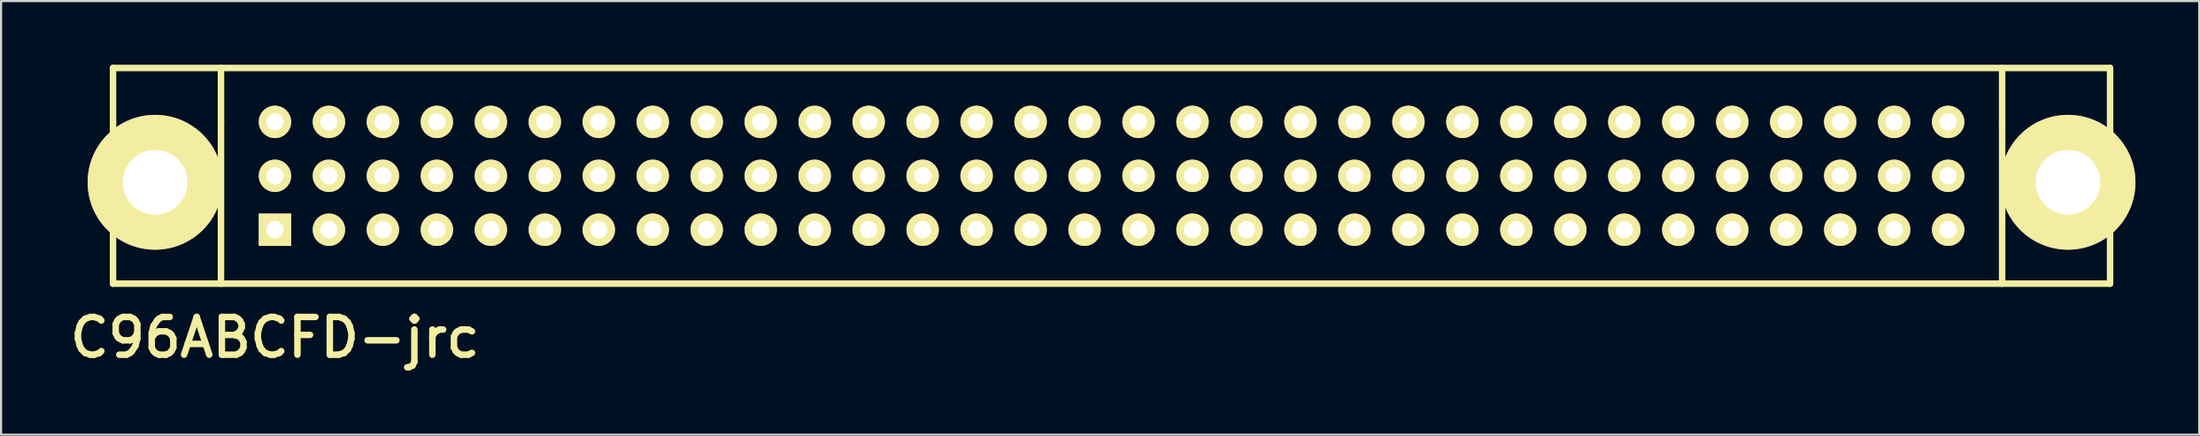
<source format=kicad_pcb>
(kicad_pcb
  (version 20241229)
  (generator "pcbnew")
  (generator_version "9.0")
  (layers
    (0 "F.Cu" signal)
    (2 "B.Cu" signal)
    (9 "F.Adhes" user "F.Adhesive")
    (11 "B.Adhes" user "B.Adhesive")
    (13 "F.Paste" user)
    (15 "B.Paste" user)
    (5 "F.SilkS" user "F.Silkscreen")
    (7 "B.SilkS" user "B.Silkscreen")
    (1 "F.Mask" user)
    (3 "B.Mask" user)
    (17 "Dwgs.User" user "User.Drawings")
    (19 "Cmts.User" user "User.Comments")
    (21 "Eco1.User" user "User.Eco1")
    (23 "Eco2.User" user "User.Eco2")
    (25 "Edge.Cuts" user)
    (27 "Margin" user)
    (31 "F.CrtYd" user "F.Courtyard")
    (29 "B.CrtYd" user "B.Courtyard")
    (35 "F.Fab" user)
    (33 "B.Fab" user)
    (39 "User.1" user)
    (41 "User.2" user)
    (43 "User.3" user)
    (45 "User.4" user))
  (footprint "C96ABCFD-jrc"
    (layer "F.Cu")
    (at 49.259 5.232)
    (property "Reference" "C96ABCFD-jrc" (at -39.37 7.62 0) (layer "F.SilkS") (effects (font (size 1.778 1.778) (thickness 0.305))))
    (attr through_hole)
    (fp_line (start -46.99 -5.08) (end 46.99 -5.08) (stroke (width 0.305) (type solid)) (layer "F.SilkS"))
    (fp_line (start -46.99 -2.54) (end -46.99 -5.08) (stroke (width 0.305) (type solid)) (layer "F.SilkS"))
    (fp_line (start -46.99 -2.54) (end -46.99 5.08) (stroke (width 0.305) (type solid)) (layer "F.SilkS"))
    (fp_line (start -46.99 5.08) (end 46.99 5.08) (stroke (width 0.305) (type solid)) (layer "F.SilkS"))
    (fp_line (start -41.91 -2.54) (end -41.91 -5.08) (stroke (width 0.305) (type solid)) (layer "F.SilkS"))
    (fp_line (start -41.91 -2.54) (end -41.91 5.08) (stroke (width 0.305) (type solid)) (layer "F.SilkS"))
    (fp_line (start 41.91 -5.08) (end 41.91 -2.54) (stroke (width 0.305) (type solid)) (layer "F.SilkS"))
    (fp_line (start 41.91 -2.54) (end 41.91 5.08) (stroke (width 0.305) (type solid)) (layer "F.SilkS"))
    (fp_line (start 46.99 -5.08) (end 46.99 -2.54) (stroke (width 0.305) (type solid)) (layer "F.SilkS"))
    (fp_line (start 46.99 5.08) (end 46.99 -2.54) (stroke (width 0.305) (type solid)) (layer "F.SilkS"))
    (pad "A1" thru_hole rect (at -39.37 2.54) (size 1.524 1.524) (drill 0.813) (layers "*.Cu" "*.Mask" "F.SilkS"))
    (pad "A2" thru_hole circle (at -36.83 2.54) (size 1.524 1.524) (drill 0.813) (layers "*.Cu" "*.Mask" "F.SilkS"))
    (pad "A3" thru_hole circle (at -34.29 2.54) (size 1.524 1.524) (drill 0.813) (layers "*.Cu" "*.Mask" "F.SilkS"))
    (pad "A4" thru_hole circle (at -31.75 2.54) (size 1.524 1.524) (drill 0.813) (layers "*.Cu" "*.Mask" "F.SilkS"))
    (pad "A5" thru_hole circle (at -29.21 2.54) (size 1.524 1.524) (drill 0.813) (layers "*.Cu" "*.Mask" "F.SilkS"))
    (pad "A6" thru_hole circle (at -26.67 2.54) (size 1.524 1.524) (drill 0.813) (layers "*.Cu" "*.Mask" "F.SilkS"))
    (pad "A7" thru_hole circle (at -24.13 2.54) (size 1.524 1.524) (drill 0.813) (layers "*.Cu" "*.Mask" "F.SilkS"))
    (pad "A8" thru_hole circle (at -21.59 2.54) (size 1.524 1.524) (drill 0.813) (layers "*.Cu" "*.Mask" "F.SilkS"))
    (pad "A9" thru_hole circle (at -19.05 2.54) (size 1.524 1.524) (drill 0.813) (layers "*.Cu" "*.Mask" "F.SilkS"))
    (pad "A10" thru_hole circle (at -16.51 2.54) (size 1.524 1.524) (drill 0.813) (layers "*.Cu" "*.Mask" "F.SilkS"))
    (pad "A11" thru_hole circle (at -13.97 2.54) (size 1.524 1.524) (drill 0.813) (layers "*.Cu" "*.Mask" "F.SilkS"))
    (pad "A12" thru_hole circle (at -11.43 2.54) (size 1.524 1.524) (drill 0.813) (layers "*.Cu" "*.Mask" "F.SilkS"))
    (pad "A13" thru_hole circle (at -8.89 2.54) (size 1.524 1.524) (drill 0.813) (layers "*.Cu" "*.Mask" "F.SilkS"))
    (pad "A14" thru_hole circle (at -6.35 2.54) (size 1.524 1.524) (drill 0.813) (layers "*.Cu" "*.Mask" "F.SilkS"))
    (pad "A15" thru_hole circle (at -3.81 2.54) (size 1.524 1.524) (drill 0.813) (layers "*.Cu" "*.Mask" "F.SilkS"))
    (pad "A16" thru_hole circle (at -1.27 2.54) (size 1.524 1.524) (drill 0.813) (layers "*.Cu" "*.Mask" "F.SilkS"))
    (pad "A17" thru_hole circle (at 1.27 2.54) (size 1.524 1.524) (drill 0.813) (layers "*.Cu" "*.Mask" "F.SilkS"))
    (pad "A18" thru_hole circle (at 3.81 2.54) (size 1.524 1.524) (drill 0.813) (layers "*.Cu" "*.Mask" "F.SilkS"))
    (pad "A19" thru_hole circle (at 6.35 2.54) (size 1.524 1.524) (drill 0.813) (layers "*.Cu" "*.Mask" "F.SilkS"))
    (pad "A20" thru_hole circle (at 8.89 2.54) (size 1.524 1.524) (drill 0.813) (layers "*.Cu" "*.Mask" "F.SilkS"))
    (pad "A21" thru_hole circle (at 11.43 2.54) (size 1.524 1.524) (drill 0.813) (layers "*.Cu" "*.Mask" "F.SilkS"))
    (pad "A22" thru_hole circle (at 13.97 2.54) (size 1.524 1.524) (drill 0.813) (layers "*.Cu" "*.Mask" "F.SilkS"))
    (pad "A23" thru_hole circle (at 16.51 2.54) (size 1.524 1.524) (drill 0.813) (layers "*.Cu" "*.Mask" "F.SilkS"))
    (pad "A24" thru_hole circle (at 19.05 2.54) (size 1.524 1.524) (drill 0.813) (layers "*.Cu" "*.Mask" "F.SilkS"))
    (pad "A25" thru_hole circle (at 21.59 2.54) (size 1.524 1.524) (drill 0.813) (layers "*.Cu" "*.Mask" "F.SilkS"))
    (pad "A26" thru_hole circle (at 24.13 2.54) (size 1.524 1.524) (drill 0.813) (layers "*.Cu" "*.Mask" "F.SilkS"))
    (pad "A27" thru_hole circle (at 26.67 2.54) (size 1.524 1.524) (drill 0.813) (layers "*.Cu" "*.Mask" "F.SilkS"))
    (pad "A28" thru_hole circle (at 29.21 2.54) (size 1.524 1.524) (drill 0.813) (layers "*.Cu" "*.Mask" "F.SilkS"))
    (pad "A29" thru_hole circle (at 31.75 2.54) (size 1.524 1.524) (drill 0.813) (layers "*.Cu" "*.Mask" "F.SilkS"))
    (pad "A30" thru_hole circle (at 34.29 2.54) (size 1.524 1.524) (drill 0.813) (layers "*.Cu" "*.Mask" "F.SilkS"))
    (pad "A31" thru_hole circle (at 36.83 2.54) (size 1.524 1.524) (drill 0.813) (layers "*.Cu" "*.Mask" "F.SilkS"))
    (pad "A32" thru_hole circle (at 39.37 2.54) (size 1.524 1.524) (drill 0.813) (layers "*.Cu" "*.Mask" "F.SilkS"))
    (pad "B1" thru_hole circle (at -39.37 0) (size 1.524 1.524) (drill 0.813) (layers "*.Cu" "*.Mask" "F.SilkS"))
    (pad "B2" thru_hole circle (at -36.83 0) (size 1.524 1.524) (drill 0.813) (layers "*.Cu" "*.Mask" "F.SilkS"))
    (pad "B3" thru_hole circle (at -34.29 0) (size 1.524 1.524) (drill 0.813) (layers "*.Cu" "*.Mask" "F.SilkS"))
    (pad "B4" thru_hole circle (at -31.75 0) (size 1.524 1.524) (drill 0.813) (layers "*.Cu" "*.Mask" "F.SilkS"))
    (pad "B5" thru_hole circle (at -29.21 0) (size 1.524 1.524) (drill 0.813) (layers "*.Cu" "*.Mask" "F.SilkS"))
    (pad "B6" thru_hole circle (at -26.67 0) (size 1.524 1.524) (drill 0.813) (layers "*.Cu" "*.Mask" "F.SilkS"))
    (pad "B7" thru_hole circle (at -24.13 0) (size 1.524 1.524) (drill 0.813) (layers "*.Cu" "*.Mask" "F.SilkS"))
    (pad "B8" thru_hole circle (at -21.59 0) (size 1.524 1.524) (drill 0.813) (layers "*.Cu" "*.Mask" "F.SilkS"))
    (pad "B9" thru_hole circle (at -19.05 0) (size 1.524 1.524) (drill 0.813) (layers "*.Cu" "*.Mask" "F.SilkS"))
    (pad "B10" thru_hole circle (at -16.51 0) (size 1.524 1.524) (drill 0.813) (layers "*.Cu" "*.Mask" "F.SilkS"))
    (pad "B11" thru_hole circle (at -13.97 0) (size 1.524 1.524) (drill 0.813) (layers "*.Cu" "*.Mask" "F.SilkS"))
    (pad "B12" thru_hole circle (at -11.43 0) (size 1.524 1.524) (drill 0.813) (layers "*.Cu" "*.Mask" "F.SilkS"))
    (pad "B13" thru_hole circle (at -8.89 0) (size 1.524 1.524) (drill 0.813) (layers "*.Cu" "*.Mask" "F.SilkS"))
    (pad "B14" thru_hole circle (at -6.35 0) (size 1.524 1.524) (drill 0.813) (layers "*.Cu" "*.Mask" "F.SilkS"))
    (pad "B15" thru_hole circle (at -3.81 0) (size 1.524 1.524) (drill 0.813) (layers "*.Cu" "*.Mask" "F.SilkS"))
    (pad "B16" thru_hole circle (at -1.27 0) (size 1.524 1.524) (drill 0.813) (layers "*.Cu" "*.Mask" "F.SilkS"))
    (pad "B17" thru_hole circle (at 1.27 0) (size 1.524 1.524) (drill 0.813) (layers "*.Cu" "*.Mask" "F.SilkS"))
    (pad "B18" thru_hole circle (at 3.81 0) (size 1.524 1.524) (drill 0.813) (layers "*.Cu" "*.Mask" "F.SilkS"))
    (pad "B19" thru_hole circle (at 6.35 0) (size 1.524 1.524) (drill 0.813) (layers "*.Cu" "*.Mask" "F.SilkS"))
    (pad "B20" thru_hole circle (at 8.89 0) (size 1.524 1.524) (drill 0.813) (layers "*.Cu" "*.Mask" "F.SilkS"))
    (pad "B21" thru_hole circle (at 11.43 0) (size 1.524 1.524) (drill 0.813) (layers "*.Cu" "*.Mask" "F.SilkS"))
    (pad "B22" thru_hole circle (at 13.97 0) (size 1.524 1.524) (drill 0.813) (layers "*.Cu" "*.Mask" "F.SilkS"))
    (pad "B23" thru_hole circle (at 16.51 0) (size 1.524 1.524) (drill 0.813) (layers "*.Cu" "*.Mask" "F.SilkS"))
    (pad "B24" thru_hole circle (at 19.05 0) (size 1.524 1.524) (drill 0.813) (layers "*.Cu" "*.Mask" "F.SilkS"))
    (pad "B25" thru_hole circle (at 21.59 0) (size 1.524 1.524) (drill 0.813) (layers "*.Cu" "*.Mask" "F.SilkS"))
    (pad "B26" thru_hole circle (at 24.13 0) (size 1.524 1.524) (drill 0.813) (layers "*.Cu" "*.Mask" "F.SilkS"))
    (pad "B27" thru_hole circle (at 26.67 0) (size 1.524 1.524) (drill 0.813) (layers "*.Cu" "*.Mask" "F.SilkS"))
    (pad "B28" thru_hole circle (at 29.21 0) (size 1.524 1.524) (drill 0.813) (layers "*.Cu" "*.Mask" "F.SilkS"))
    (pad "B29" thru_hole circle (at 31.75 0) (size 1.524 1.524) (drill 0.813) (layers "*.Cu" "*.Mask" "F.SilkS"))
    (pad "B30" thru_hole circle (at 34.29 0) (size 1.524 1.524) (drill 0.813) (layers "*.Cu" "*.Mask" "F.SilkS"))
    (pad "B31" thru_hole circle (at 36.83 0) (size 1.524 1.524) (drill 0.813) (layers "*.Cu" "*.Mask" "F.SilkS"))
    (pad "B32" thru_hole circle (at 39.37 0) (size 1.524 1.524) (drill 0.813) (layers "*.Cu" "*.Mask" "F.SilkS"))
    (pad "C1" thru_hole circle (at -39.37 -2.54) (size 1.524 1.524) (drill 0.813) (layers "*.Cu" "*.Mask" "F.SilkS"))
    (pad "C2" thru_hole circle (at -36.83 -2.54) (size 1.524 1.524) (drill 0.813) (layers "*.Cu" "*.Mask" "F.SilkS"))
    (pad "C3" thru_hole circle (at -34.29 -2.54) (size 1.524 1.524) (drill 0.813) (layers "*.Cu" "*.Mask" "F.SilkS"))
    (pad "C4" thru_hole circle (at -31.75 -2.54) (size 1.524 1.524) (drill 0.813) (layers "*.Cu" "*.Mask" "F.SilkS"))
    (pad "C5" thru_hole circle (at -29.21 -2.54) (size 1.524 1.524) (drill 0.813) (layers "*.Cu" "*.Mask" "F.SilkS"))
    (pad "C6" thru_hole circle (at -26.67 -2.54) (size 1.524 1.524) (drill 0.813) (layers "*.Cu" "*.Mask" "F.SilkS"))
    (pad "C7" thru_hole circle (at -24.13 -2.54) (size 1.524 1.524) (drill 0.813) (layers "*.Cu" "*.Mask" "F.SilkS"))
    (pad "C8" thru_hole circle (at -21.59 -2.54) (size 1.524 1.524) (drill 0.813) (layers "*.Cu" "*.Mask" "F.SilkS"))
    (pad "C9" thru_hole circle (at -19.05 -2.54) (size 1.524 1.524) (drill 0.813) (layers "*.Cu" "*.Mask" "F.SilkS"))
    (pad "C10" thru_hole circle (at -16.51 -2.54) (size 1.524 1.524) (drill 0.813) (layers "*.Cu" "*.Mask" "F.SilkS"))
    (pad "C11" thru_hole circle (at -13.97 -2.54) (size 1.524 1.524) (drill 0.813) (layers "*.Cu" "*.Mask" "F.SilkS"))
    (pad "C12" thru_hole circle (at -11.43 -2.54) (size 1.524 1.524) (drill 0.813) (layers "*.Cu" "*.Mask" "F.SilkS"))
    (pad "C13" thru_hole circle (at -8.89 -2.54) (size 1.524 1.524) (drill 0.813) (layers "*.Cu" "*.Mask" "F.SilkS"))
    (pad "C14" thru_hole circle (at -6.35 -2.54) (size 1.524 1.524) (drill 0.813) (layers "*.Cu" "*.Mask" "F.SilkS"))
    (pad "C15" thru_hole circle (at -3.81 -2.54) (size 1.524 1.524) (drill 0.813) (layers "*.Cu" "*.Mask" "F.SilkS"))
    (pad "C16" thru_hole circle (at -1.27 -2.54) (size 1.524 1.524) (drill 0.813) (layers "*.Cu" "*.Mask" "F.SilkS"))
    (pad "C17" thru_hole circle (at 1.27 -2.54) (size 1.524 1.524) (drill 0.813) (layers "*.Cu" "*.Mask" "F.SilkS"))
    (pad "C18" thru_hole circle (at 3.81 -2.54) (size 1.524 1.524) (drill 0.813) (layers "*.Cu" "*.Mask" "F.SilkS"))
    (pad "C19" thru_hole circle (at 6.35 -2.54) (size 1.524 1.524) (drill 0.813) (layers "*.Cu" "*.Mask" "F.SilkS"))
    (pad "C20" thru_hole circle (at 8.89 -2.54) (size 1.524 1.524) (drill 0.813) (layers "*.Cu" "*.Mask" "F.SilkS"))
    (pad "C21" thru_hole circle (at 11.43 -2.54) (size 1.524 1.524) (drill 0.813) (layers "*.Cu" "*.Mask" "F.SilkS"))
    (pad "C22" thru_hole circle (at 13.97 -2.54) (size 1.524 1.524) (drill 0.813) (layers "*.Cu" "*.Mask" "F.SilkS"))
    (pad "C23" thru_hole circle (at 16.51 -2.54) (size 1.524 1.524) (drill 0.813) (layers "*.Cu" "*.Mask" "F.SilkS"))
    (pad "C24" thru_hole circle (at 19.05 -2.54) (size 1.524 1.524) (drill 0.813) (layers "*.Cu" "*.Mask" "F.SilkS"))
    (pad "C25" thru_hole circle (at 21.59 -2.54) (size 1.524 1.524) (drill 0.813) (layers "*.Cu" "*.Mask" "F.SilkS"))
    (pad "C26" thru_hole circle (at 24.13 -2.54) (size 1.524 1.524) (drill 0.813) (layers "*.Cu" "*.Mask" "F.SilkS"))
    (pad "C27" thru_hole circle (at 26.67 -2.54) (size 1.524 1.524) (drill 0.813) (layers "*.Cu" "*.Mask" "F.SilkS"))
    (pad "C28" thru_hole circle (at 29.21 -2.54) (size 1.524 1.524) (drill 0.813) (layers "*.Cu" "*.Mask" "F.SilkS"))
    (pad "C29" thru_hole circle (at 31.75 -2.54) (size 1.524 1.524) (drill 0.813) (layers "*.Cu" "*.Mask" "F.SilkS"))
    (pad "C30" thru_hole circle (at 34.29 -2.54) (size 1.524 1.524) (drill 0.813) (layers "*.Cu" "*.Mask" "F.SilkS"))
    (pad "C31" thru_hole circle (at 36.83 -2.54) (size 1.524 1.524) (drill 0.813) (layers "*.Cu" "*.Mask" "F.SilkS"))
    (pad "C32" thru_hole circle (at 39.37 -2.54) (size 1.524 1.524) (drill 0.813) (layers "*.Cu" "*.Mask" "F.SilkS"))
    (pad "GND" thru_hole circle (at -45.009 0.305) (size 6.35 6.35) (drill 3.048) (layers "*.Cu" "*.Mask" "F.SilkS"))
    (pad "GND" thru_hole circle (at 45.009 0.305) (size 6.35 6.35) (drill 3.048) (layers "*.Cu" "*.Mask" "F.SilkS")))
  (gr_rect
    (start -3 -3)
    (end 100.443 17.427)
    (stroke (width 0.1) (type default))
    (fill no)
    (layer "Edge.Cuts")))
</source>
